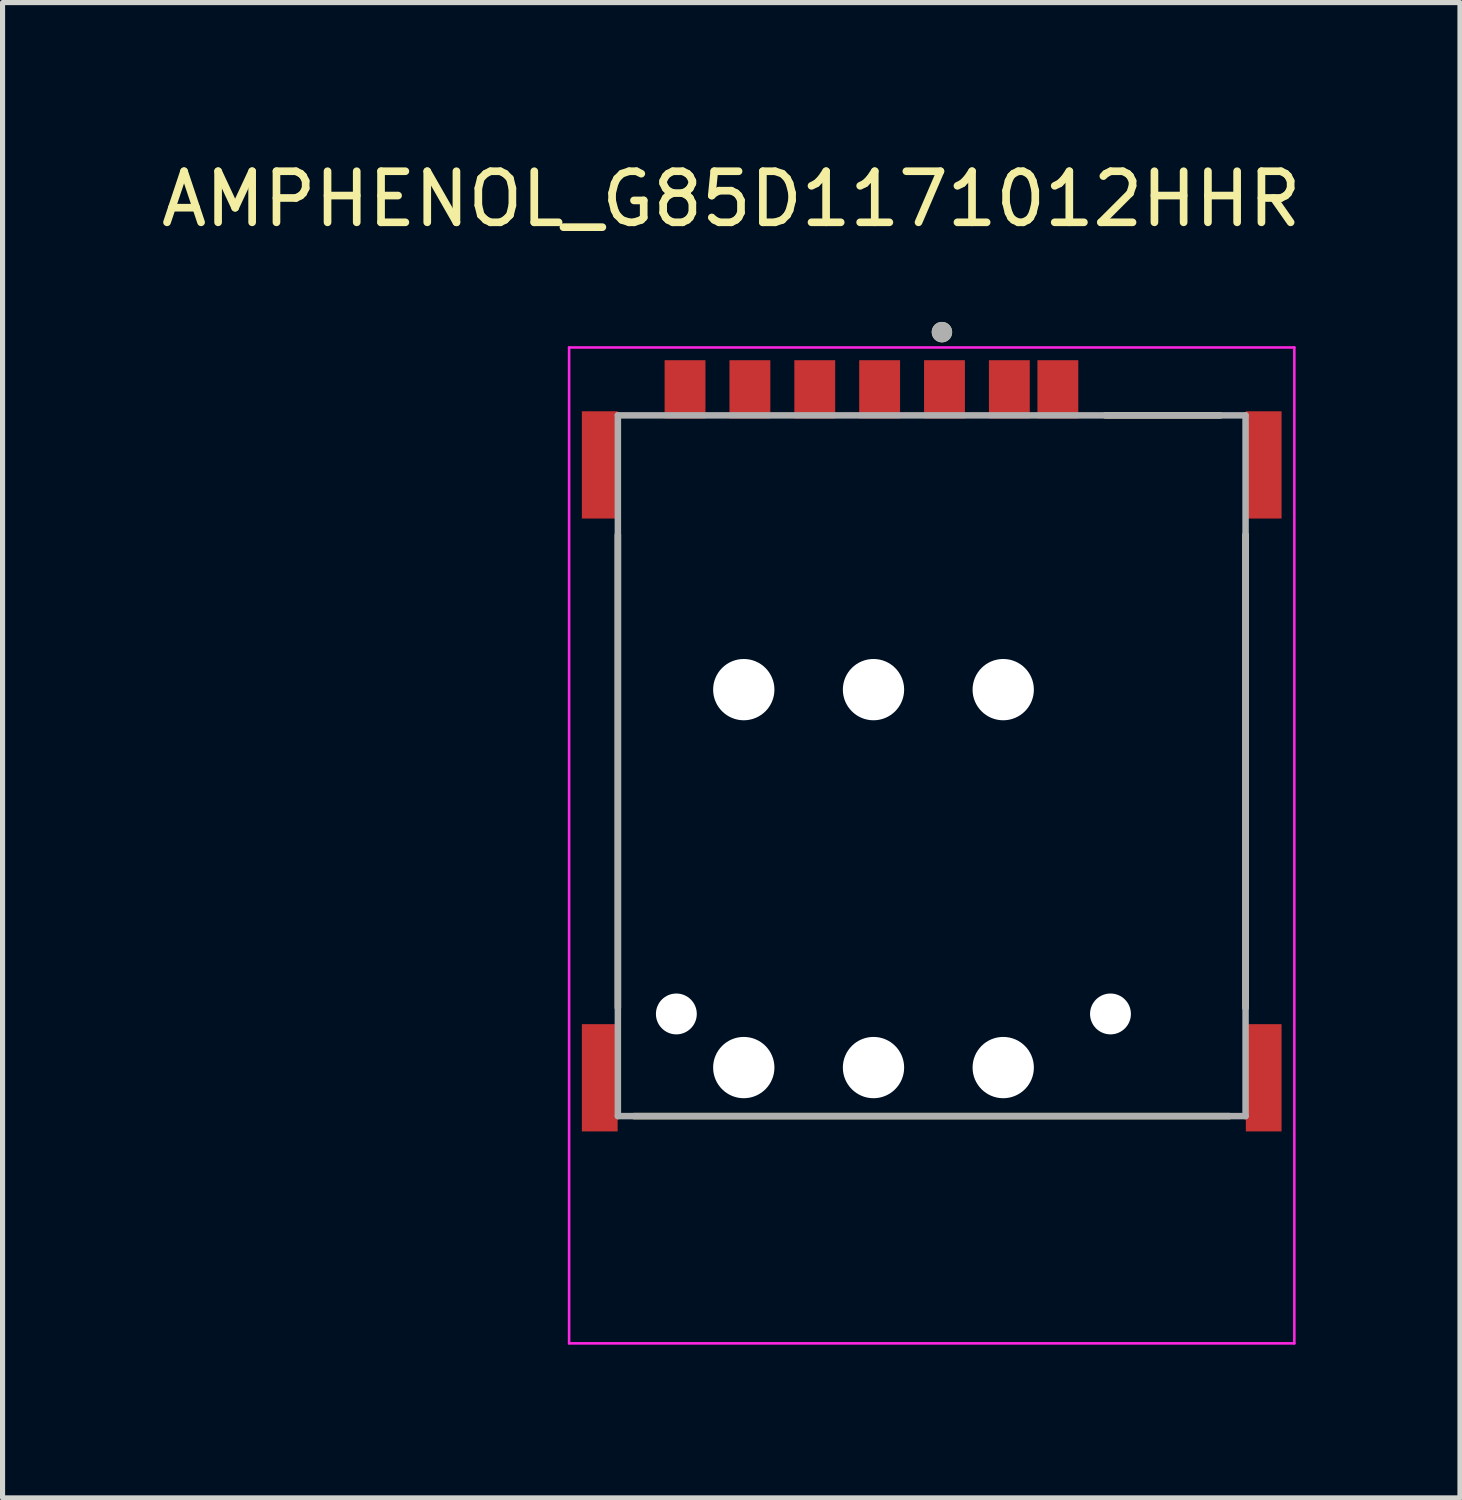
<source format=kicad_pcb>
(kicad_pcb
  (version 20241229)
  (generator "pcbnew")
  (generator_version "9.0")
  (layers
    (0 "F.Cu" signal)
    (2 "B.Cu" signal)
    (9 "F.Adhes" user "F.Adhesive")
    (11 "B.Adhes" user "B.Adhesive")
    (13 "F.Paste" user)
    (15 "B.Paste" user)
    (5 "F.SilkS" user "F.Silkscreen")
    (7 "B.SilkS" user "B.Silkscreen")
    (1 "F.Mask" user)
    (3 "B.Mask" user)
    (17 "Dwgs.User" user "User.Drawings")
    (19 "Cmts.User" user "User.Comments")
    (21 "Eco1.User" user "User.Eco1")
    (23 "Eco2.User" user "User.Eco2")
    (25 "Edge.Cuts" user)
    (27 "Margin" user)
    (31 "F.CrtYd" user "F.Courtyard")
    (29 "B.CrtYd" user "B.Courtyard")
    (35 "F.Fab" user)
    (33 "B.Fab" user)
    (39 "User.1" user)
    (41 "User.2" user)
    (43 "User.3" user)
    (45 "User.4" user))
  (footprint "AMPHENOL_G85D1171012HHR"
    (layer "F.Cu")
    (at 15.193 11.943)
    (property "Reference" "AMPHENOL_G85D1171012HHR" (at -3.925 -11.095 0) (layer "F.SilkS") (effects (font (size 1 1) (thickness 0.15))))
    (attr smd)
    (fp_line (start -6.145 -4.52) (end -6.145 4.74) (stroke (width 0.127) (type solid)) (layer "F.SilkS"))
    (fp_line (start -5.83 6.86) (end 5.83 6.86) (stroke (width 0.127) (type solid)) (layer "F.SilkS"))
    (fp_line (start 3.4 -6.86) (end 5.65 -6.86) (stroke (width 0.127) (type solid)) (layer "F.SilkS"))
    (fp_line (start 6.145 -4.52) (end 6.145 4.74) (stroke (width 0.127) (type solid)) (layer "F.SilkS"))
    (fp_circle (center 0.2 -8.49) (end 0.3 -8.49) (stroke (width 0.2) (type solid)) (fill no) (layer "F.SilkS"))
    (fp_line (start -7.1 -8.19) (end -7.1 11.31) (stroke (width 0.05) (type solid)) (layer "F.CrtYd"))
    (fp_line (start -7.1 11.31) (end 7.1 11.31) (stroke (width 0.05) (type solid)) (layer "F.CrtYd"))
    (fp_line (start 7.1 -8.19) (end -7.1 -8.19) (stroke (width 0.05) (type solid)) (layer "F.CrtYd"))
    (fp_line (start 7.1 11.31) (end 7.1 -8.19) (stroke (width 0.05) (type solid)) (layer "F.CrtYd"))
    (fp_line (start -6.145 -6.86) (end 6.145 -6.86) (stroke (width 0.127) (type solid)) (layer "F.Fab"))
    (fp_line (start -6.145 6.86) (end -6.145 -6.86) (stroke (width 0.127) (type solid)) (layer "F.Fab"))
    (fp_line (start 6.145 -6.86) (end 6.145 6.86) (stroke (width 0.127) (type solid)) (layer "F.Fab"))
    (fp_line (start 6.145 6.86) (end -6.145 6.86) (stroke (width 0.127) (type solid)) (layer "F.Fab"))
    (fp_circle (center 0.2 -8.49) (end 0.3 -8.49) (stroke (width 0.2) (type solid)) (fill no) (layer "F.Fab"))
    (pad "" np_thru_hole circle (at -5 4.86) (size 0.8 0.8) (drill 0.8) (layers "*.Cu" "*.Mask"))
    (pad "" np_thru_hole circle (at -3.68 -1.49) (size 1.2 1.2) (drill 1.2) (layers "*.Cu" "*.Mask"))
    (pad "" np_thru_hole circle (at -3.68 5.91) (size 1.2 1.2) (drill 1.2) (layers "*.Cu" "*.Mask"))
    (pad "" np_thru_hole circle (at -1.14 -1.49) (size 1.2 1.2) (drill 1.2) (layers "*.Cu" "*.Mask"))
    (pad "" np_thru_hole circle (at -1.14 5.91) (size 1.2 1.2) (drill 1.2) (layers "*.Cu" "*.Mask"))
    (pad "" np_thru_hole circle (at 1.4 -1.49) (size 1.2 1.2) (drill 1.2) (layers "*.Cu" "*.Mask"))
    (pad "" np_thru_hole circle (at 1.4 5.91) (size 1.2 1.2) (drill 1.2) (layers "*.Cu" "*.Mask"))
    (pad "" np_thru_hole circle (at 3.5 4.86) (size 0.8 0.8) (drill 0.8) (layers "*.Cu" "*.Mask"))
    (pad "C1" smd rect (at 0.25 -7.37) (size 0.8 1.14) (layers "F.Cu" "F.Mask" "F.Paste"))
    (pad "C2" smd rect (at -2.29 -7.37) (size 0.8 1.14) (layers "F.Cu" "F.Mask" "F.Paste"))
    (pad "C3" smd rect (at -4.83 -7.37) (size 0.8 1.14) (layers "F.Cu" "F.Mask" "F.Paste"))
    (pad "C5" smd rect (at 1.52 -7.37) (size 0.8 1.14) (layers "F.Cu" "F.Mask" "F.Paste"))
    (pad "C6" smd rect (at -1.02 -7.37) (size 0.8 1.14) (layers "F.Cu" "F.Mask" "F.Paste"))
    (pad "C7" smd rect (at -3.56 -7.37) (size 0.8 1.14) (layers "F.Cu" "F.Mask" "F.Paste"))
    (pad "CD" smd rect (at 2.47 -7.37) (size 0.8 1.14) (layers "F.Cu" "F.Mask" "F.Paste"))
    (pad "S1" smd rect (at -6.5 -5.89) (size 0.7 2.1) (layers "F.Cu" "F.Mask" "F.Paste"))
    (pad "S2" smd rect (at 6.5 -5.89) (size 0.7 2.1) (layers "F.Cu" "F.Mask" "F.Paste"))
    (pad "S3" smd rect (at -6.5 6.11) (size 0.7 2.1) (layers "F.Cu" "F.Mask" "F.Paste"))
    (pad "S4" smd rect (at 6.5 6.11) (size 0.7 2.1) (layers "F.Cu" "F.Mask" "F.Paste"))
    (zone (net_name "") (layer "F.Cu") (hatch full 0.508) (connect_pads) (min_thickness 0.01) (filled_areas_thickness no) (keepout (tracks not_allowed) (vias not_allowed) (pads not_allowed) (copperpour not_allowed) (footprints allowed)) (placement (enabled no)) (fill) (polygon (pts (xy 10.913 7.203) (xy 12.113 7.203) (xy 12.113 9.703) (xy 10.913 9.703))))
    (zone (net_name "") (layer "F.Cu") (hatch full 0.508) (connect_pads) (min_thickness 0.01) (filled_areas_thickness no) (keepout (tracks not_allowed) (vias not_allowed) (pads not_allowed) (copperpour not_allowed) (footprints allowed)) (placement (enabled no)) (fill) (polygon (pts (xy 10.913 14.103) (xy 12.113 14.103) (xy 12.113 17.103) (xy 10.913 17.103))))
    (zone (net_name "") (layer "F.Cu") (hatch full 0.508) (connect_pads) (min_thickness 0.01) (filled_areas_thickness no) (keepout (tracks not_allowed) (vias not_allowed) (pads not_allowed) (copperpour not_allowed) (footprints allowed)) (placement (enabled no)) (fill) (polygon (pts (xy 13.453 7.203) (xy 14.653 7.203) (xy 14.653 9.703) (xy 13.453 9.703))))
    (zone (net_name "") (layer "F.Cu") (hatch full 0.508) (connect_pads) (min_thickness 0.01) (filled_areas_thickness no) (keepout (tracks not_allowed) (vias not_allowed) (pads not_allowed) (copperpour not_allowed) (footprints allowed)) (placement (enabled no)) (fill) (polygon (pts (xy 13.453 14.103) (xy 14.653 14.103) (xy 14.653 17.103) (xy 13.453 17.103))))
    (zone (net_name "") (layer "F.Cu") (hatch full 0.508) (connect_pads) (min_thickness 0.01) (filled_areas_thickness no) (keepout (tracks not_allowed) (vias not_allowed) (pads not_allowed) (copperpour not_allowed) (footprints allowed)) (placement (enabled no)) (fill) (polygon (pts (xy 15.993 7.203) (xy 17.193 7.203) (xy 17.193 9.703) (xy 15.993 9.703))))
    (zone (net_name "") (layer "F.Cu") (hatch full 0.508) (connect_pads) (min_thickness 0.01) (filled_areas_thickness no) (keepout (tracks not_allowed) (vias not_allowed) (pads not_allowed) (copperpour not_allowed) (footprints allowed)) (placement (enabled no)) (fill) (polygon (pts (xy 15.993 14.103) (xy 17.193 14.103) (xy 17.193 17.103) (xy 15.993 17.103))))
    (zone (net_name "") (layers "F.Cu" "B.Cu") (hatch full 0.508) (connect_pads) (min_thickness 0.01) (filled_areas_thickness no) (keepout (tracks allowed) (vias not_allowed) (pads allowed) (copperpour allowed) (footprints allowed)) (placement (enabled no)) (fill) (polygon (pts (xy 10.913 7.203) (xy 12.113 7.203) (xy 12.113 9.703) (xy 10.913 9.703))))
    (zone (net_name "") (layers "F.Cu" "B.Cu") (hatch full 0.508) (connect_pads) (min_thickness 0.01) (filled_areas_thickness no) (keepout (tracks allowed) (vias not_allowed) (pads allowed) (copperpour allowed) (footprints allowed)) (placement (enabled no)) (fill) (polygon (pts (xy 10.913 14.103) (xy 12.113 14.103) (xy 12.113 17.103) (xy 10.913 17.103))))
    (zone (net_name "") (layers "F.Cu" "B.Cu") (hatch full 0.508) (connect_pads) (min_thickness 0.01) (filled_areas_thickness no) (keepout (tracks allowed) (vias not_allowed) (pads allowed) (copperpour allowed) (footprints allowed)) (placement (enabled no)) (fill) (polygon (pts (xy 13.453 7.203) (xy 14.653 7.203) (xy 14.653 9.703) (xy 13.453 9.703))))
    (zone (net_name "") (layers "F.Cu" "B.Cu") (hatch full 0.508) (connect_pads) (min_thickness 0.01) (filled_areas_thickness no) (keepout (tracks allowed) (vias not_allowed) (pads allowed) (copperpour allowed) (footprints allowed)) (placement (enabled no)) (fill) (polygon (pts (xy 13.453 14.103) (xy 14.653 14.103) (xy 14.653 17.103) (xy 13.453 17.103))))
    (zone (net_name "") (layers "F.Cu" "B.Cu") (hatch full 0.508) (connect_pads) (min_thickness 0.01) (filled_areas_thickness no) (keepout (tracks allowed) (vias not_allowed) (pads allowed) (copperpour allowed) (footprints allowed)) (placement (enabled no)) (fill) (polygon (pts (xy 15.993 7.203) (xy 17.193 7.203) (xy 17.193 9.703) (xy 15.993 9.703))))
    (zone (net_name "") (layers "F.Cu" "B.Cu") (hatch full 0.508) (connect_pads) (min_thickness 0.01) (filled_areas_thickness no) (keepout (tracks allowed) (vias not_allowed) (pads allowed) (copperpour allowed) (footprints allowed)) (placement (enabled no)) (fill) (polygon (pts (xy 15.993 14.103) (xy 17.193 14.103) (xy 17.193 17.103) (xy 15.993 17.103)))))
  (gr_rect
    (start -3 -3)
    (end 25.536 26.278)
    (stroke (width 0.1) (type default))
    (fill no)
    (layer "Edge.Cuts")))
</source>
